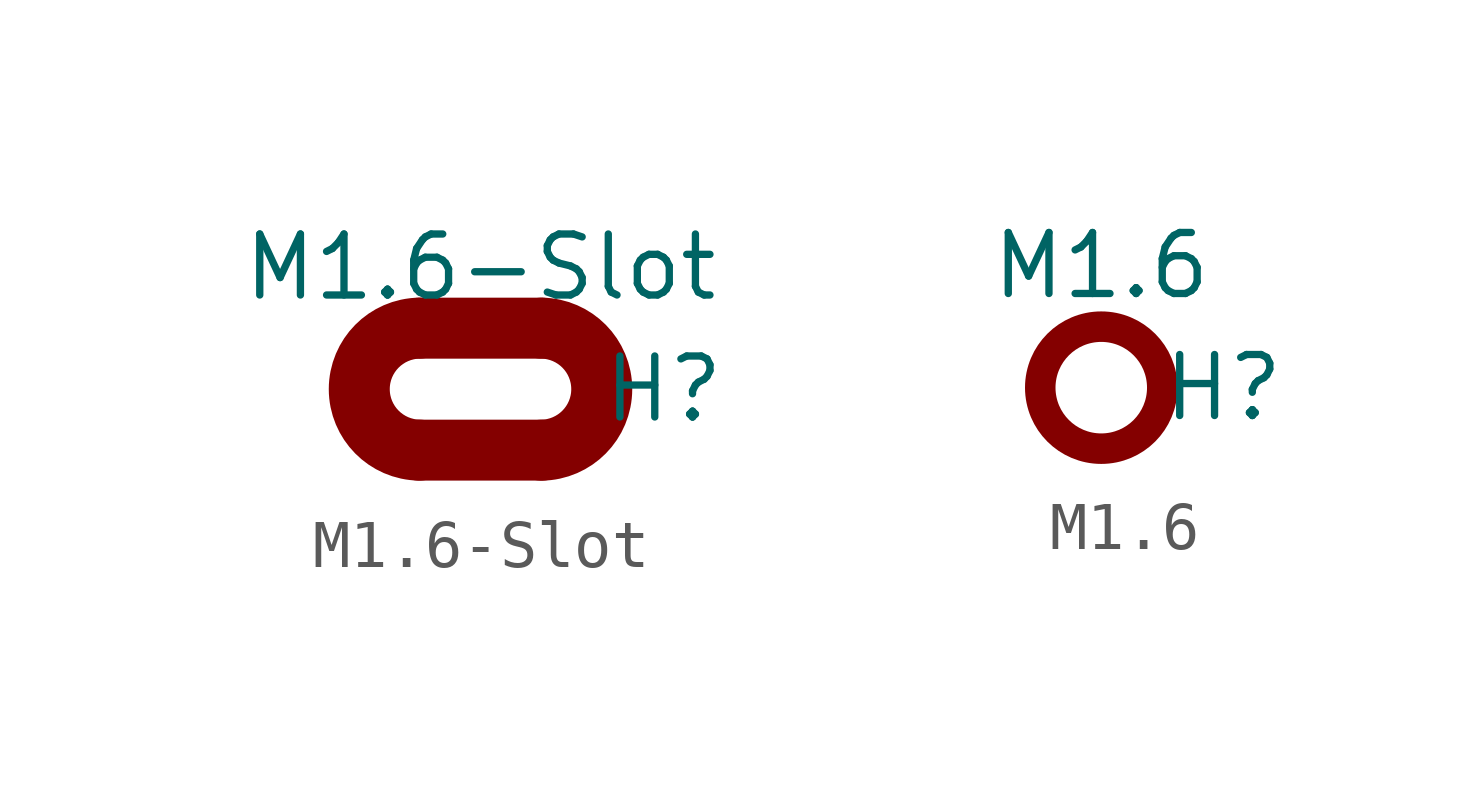
<source format=kicad_sym>
(kicad_symbol_lib
  (version 20211014)
  (generator kicad_symbol_editor)
  (symbol "M1.6-Slot"
    (property "Reference" "H"
      (at 3.81 0 0)
      (effects (font (size 1.27 1.27))))
    (property "Value" "M1.6-Slot"
      (at 0 2.54 0)
      (effects (font (size 1.27 1.27))))
    (symbol "M1.6-Slot_0_1"
      (arc (start -1.27 1.27) (mid -2.5242 0) (end -1.27 -1.27) (stroke (width 1.27) (type default) (color 0 0 0 0)) (fill (type none)))
      (polyline (pts (xy 1.27 -1.27) (xy -1.27 -1.27)) (stroke (width 1.27) (type default) (color 0 0 0 0)) (fill (type none)))
      (polyline (pts (xy 1.27 1.27) (xy -1.27 1.27)) (stroke (width 1.27) (type default) (color 0 0 0 0)) (fill (type none)))
      (arc (start 1.27 -1.27) (mid 2.5242 0) (end 1.27 1.27) (stroke (width 1.27) (type default) (color 0 0 0 0)) (fill (type none)))))
  (symbol "M1.6"
    (property "Reference" "H"
      (at 2.54 0 0)
      (effects (font (size 1.27 1.27))))
    (property "Value" "M1.6"
      (at 0 2.54 0)
      (effects (font (size 1.27 1.27))))
    (symbol "M1.6_0_1"
      (circle (center 0 0) (radius 1.27) (stroke (width 0.635) (type default) (color 0 0 0 0)) (fill (type none))))))
</source>
